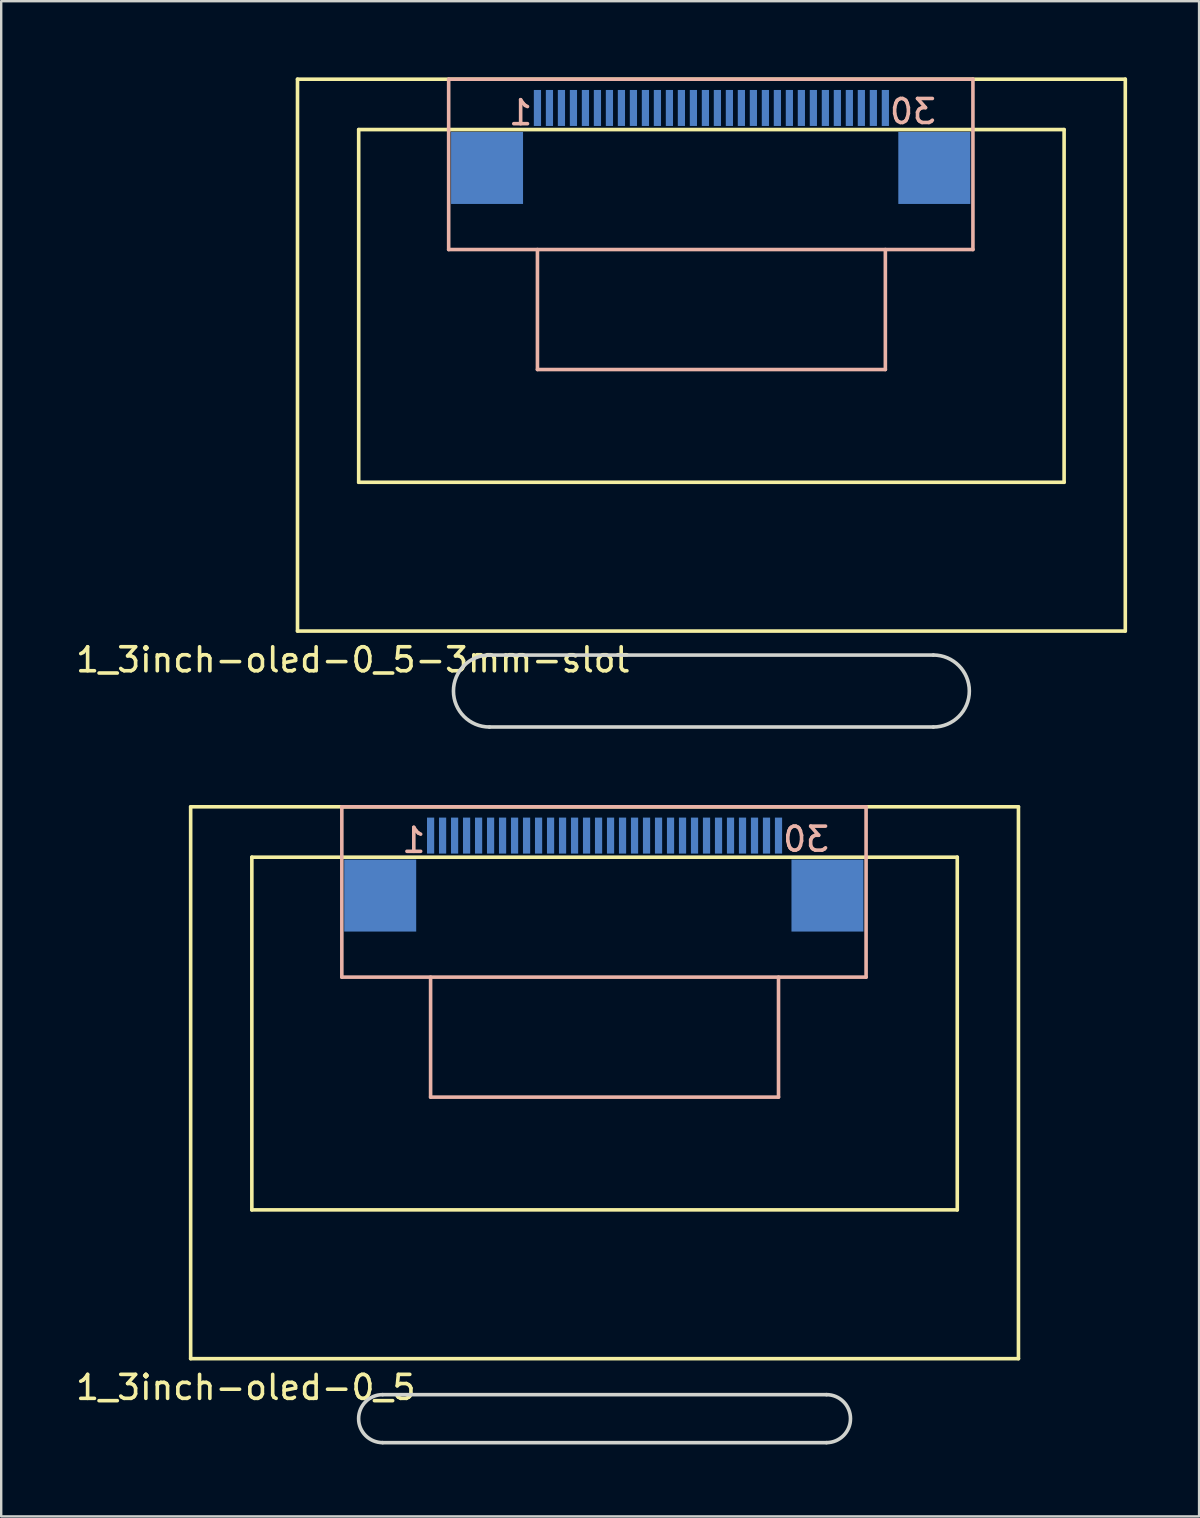
<source format=kicad_pcb>
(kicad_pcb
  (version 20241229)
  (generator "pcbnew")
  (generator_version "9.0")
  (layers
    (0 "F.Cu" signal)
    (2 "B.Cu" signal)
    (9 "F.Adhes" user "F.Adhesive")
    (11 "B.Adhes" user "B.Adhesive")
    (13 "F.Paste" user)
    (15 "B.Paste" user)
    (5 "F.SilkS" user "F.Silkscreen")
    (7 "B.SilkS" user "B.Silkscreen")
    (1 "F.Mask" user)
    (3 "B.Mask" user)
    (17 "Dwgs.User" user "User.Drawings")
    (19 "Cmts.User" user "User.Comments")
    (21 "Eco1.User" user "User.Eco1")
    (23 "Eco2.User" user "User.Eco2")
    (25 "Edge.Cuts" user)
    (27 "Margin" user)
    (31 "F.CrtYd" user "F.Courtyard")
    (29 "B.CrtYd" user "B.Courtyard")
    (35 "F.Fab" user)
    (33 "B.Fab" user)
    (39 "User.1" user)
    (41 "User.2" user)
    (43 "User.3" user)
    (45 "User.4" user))
  (footprint "1_3inch-oled-0_5-3mm-slot"
    (layer "F.Cu")
    (at 9.349 0.25)
    (property "Reference" "1_3inch-oled-0_5-3mm-slot" (at 2.3 24.2 0) (layer "F.SilkS") (effects (font (size 1 1) (thickness 0.15))))
    (attr through_hole)
    (fp_line (start 0 0) (end 34.5 0) (stroke (width 0.15) (type solid)) (layer "F.SilkS"))
    (fp_line (start 0 23) (end 0 0) (stroke (width 0.15) (type solid)) (layer "F.SilkS"))
    (fp_line (start 2.55 2.1) (end 31.95 2.1) (stroke (width 0.15) (type solid)) (layer "F.SilkS"))
    (fp_line (start 2.55 16.8) (end 2.55 2.1) (stroke (width 0.15) (type solid)) (layer "F.SilkS"))
    (fp_line (start 2.55 16.8) (end 31.95 16.8) (stroke (width 0.15) (type solid)) (layer "F.SilkS"))
    (fp_line (start 31.95 2.1) (end 31.95 16.8) (stroke (width 0.15) (type solid)) (layer "F.SilkS"))
    (fp_line (start 34.5 0) (end 34.5 23) (stroke (width 0.15) (type solid)) (layer "F.SilkS"))
    (fp_line (start 34.5 23) (end 0 23) (stroke (width 0.15) (type solid)) (layer "F.SilkS"))
    (fp_line (start 6.3 0) (end 6.3 7.1) (stroke (width 0.15) (type solid)) (layer "B.SilkS"))
    (fp_line (start 10 7.1) (end 10 12.1) (stroke (width 0.15) (type solid)) (layer "B.SilkS"))
    (fp_line (start 24.5 7.1) (end 24.5 12.1) (stroke (width 0.15) (type solid)) (layer "B.SilkS"))
    (fp_line (start 24.5 12.1) (end 10 12.1) (stroke (width 0.15) (type solid)) (layer "B.SilkS"))
    (fp_line (start 28.15 0) (end 6.3 0) (stroke (width 0.15) (type solid)) (layer "B.SilkS"))
    (fp_line (start 28.15 0) (end 28.15 7.1) (stroke (width 0.15) (type solid)) (layer "B.SilkS"))
    (fp_line (start 28.15 7.1) (end 6.3 7.1) (stroke (width 0.15) (type solid)) (layer "B.SilkS"))
    (fp_line (start 8 24) (end 26.5 24) (stroke (width 0.15) (type solid)) (layer "Edge.Cuts"))
    (fp_line (start 26.5 27) (end 8 27) (stroke (width 0.15) (type solid)) (layer "Edge.Cuts"))
    (fp_arc (start 8 27) (mid 6.5 25.5) (end 8 24) (stroke (width 0.15) (type solid)) (layer "Edge.Cuts"))
    (fp_arc (start 26.5 24) (mid 28 25.5) (end 26.5 27) (stroke (width 0.15) (type solid)) (layer "Edge.Cuts"))
    (fp_text user "1" (at 9.3 1.4 0) (layer "B.SilkS") (effects (font (size 1 1) (thickness 0.15)) (justify mirror)))
    (fp_text user "30" (at 25.65 1.35 0) (layer "B.SilkS") (effects (font (size 1 1) (thickness 0.15)) (justify mirror)))
    (pad "" smd rect (at 7.9 3.7) (size 3 3) (layers "B.Cu" "B.Mask" "B.Paste"))
    (pad "" smd rect (at 26.54 3.7) (size 3 3) (layers "B.Cu" "B.Mask" "B.Paste"))
    (pad "1" smd rect (at 10 1.2) (size 0.3 1.5) (layers "B.Cu" "B.Mask" "B.Paste"))
    (pad "2" smd rect (at 10.5 1.2) (size 0.3 1.5) (layers "B.Cu" "B.Mask" "B.Paste"))
    (pad "3" smd rect (at 11 1.2) (size 0.3 1.5) (layers "B.Cu" "B.Mask" "B.Paste"))
    (pad "4" smd rect (at 11.5 1.2) (size 0.3 1.5) (layers "B.Cu" "B.Mask" "B.Paste"))
    (pad "5" smd rect (at 12 1.2) (size 0.3 1.5) (layers "B.Cu" "B.Mask" "B.Paste"))
    (pad "6" smd rect (at 12.5 1.2) (size 0.3 1.5) (layers "B.Cu" "B.Mask" "B.Paste"))
    (pad "7" smd rect (at 13 1.2) (size 0.3 1.5) (layers "B.Cu" "B.Mask" "B.Paste"))
    (pad "8" smd rect (at 13.5 1.2) (size 0.3 1.5) (layers "B.Cu" "B.Mask" "B.Paste"))
    (pad "9" smd rect (at 14 1.2) (size 0.3 1.5) (layers "B.Cu" "B.Mask" "B.Paste"))
    (pad "10" smd rect (at 14.5 1.2) (size 0.3 1.5) (layers "B.Cu" "B.Mask" "B.Paste"))
    (pad "11" smd rect (at 15 1.2) (size 0.3 1.5) (layers "B.Cu" "B.Mask" "B.Paste"))
    (pad "12" smd rect (at 15.5 1.2) (size 0.3 1.5) (layers "B.Cu" "B.Mask" "B.Paste"))
    (pad "13" smd rect (at 16 1.2) (size 0.3 1.5) (layers "B.Cu" "B.Mask" "B.Paste"))
    (pad "14" smd rect (at 16.5 1.2) (size 0.3 1.5) (layers "B.Cu" "B.Mask" "B.Paste"))
    (pad "15" smd rect (at 17 1.2) (size 0.3 1.5) (layers "B.Cu" "B.Mask" "B.Paste"))
    (pad "16" smd rect (at 17.5 1.2) (size 0.3 1.5) (layers "B.Cu" "B.Mask" "B.Paste"))
    (pad "17" smd rect (at 18 1.2) (size 0.3 1.5) (layers "B.Cu" "B.Mask" "B.Paste"))
    (pad "18" smd rect (at 18.5 1.2) (size 0.3 1.5) (layers "B.Cu" "B.Mask" "B.Paste"))
    (pad "19" smd rect (at 19 1.2) (size 0.3 1.5) (layers "B.Cu" "B.Mask" "B.Paste"))
    (pad "20" smd rect (at 19.5 1.2) (size 0.3 1.5) (layers "B.Cu" "B.Mask" "B.Paste"))
    (pad "21" smd rect (at 20 1.2) (size 0.3 1.5) (layers "B.Cu" "B.Mask" "B.Paste"))
    (pad "22" smd rect (at 20.5 1.2) (size 0.3 1.5) (layers "B.Cu" "B.Mask" "B.Paste"))
    (pad "23" smd rect (at 21 1.2) (size 0.3 1.5) (layers "B.Cu" "B.Mask" "B.Paste"))
    (pad "24" smd rect (at 21.5 1.2) (size 0.3 1.5) (layers "B.Cu" "B.Mask" "B.Paste"))
    (pad "25" smd rect (at 22 1.2) (size 0.3 1.5) (layers "B.Cu" "B.Mask" "B.Paste"))
    (pad "26" smd rect (at 22.5 1.2) (size 0.3 1.5) (layers "B.Cu" "B.Mask" "B.Paste"))
    (pad "27" smd rect (at 23 1.2) (size 0.3 1.5) (layers "B.Cu" "B.Mask" "B.Paste"))
    (pad "28" smd rect (at 23.5 1.2) (size 0.3 1.5) (layers "B.Cu" "B.Mask" "B.Paste"))
    (pad "29" smd rect (at 24 1.2) (size 0.3 1.5) (layers "B.Cu" "B.Mask" "B.Paste"))
    (pad "30" smd rect (at 24.5 1.2) (size 0.3 1.5) (layers "B.Cu" "B.Mask" "B.Paste")))
  (footprint "1_3inch-oled-0_5"
    (layer "F.Cu")
    (at 4.896 30.575)
    (property "Reference" "1_3inch-oled-0_5" (at 2.3 24.2 0) (layer "F.SilkS") (effects (font (size 1 1) (thickness 0.15))))
    (attr through_hole)
    (fp_line (start 0 0) (end 34.5 0) (stroke (width 0.15) (type solid)) (layer "F.SilkS"))
    (fp_line (start 0 23) (end 0 0) (stroke (width 0.15) (type solid)) (layer "F.SilkS"))
    (fp_line (start 2.55 2.1) (end 31.95 2.1) (stroke (width 0.15) (type solid)) (layer "F.SilkS"))
    (fp_line (start 2.55 16.8) (end 2.55 2.1) (stroke (width 0.15) (type solid)) (layer "F.SilkS"))
    (fp_line (start 2.55 16.8) (end 31.95 16.8) (stroke (width 0.15) (type solid)) (layer "F.SilkS"))
    (fp_line (start 31.95 2.1) (end 31.95 16.8) (stroke (width 0.15) (type solid)) (layer "F.SilkS"))
    (fp_line (start 34.5 0) (end 34.5 23) (stroke (width 0.15) (type solid)) (layer "F.SilkS"))
    (fp_line (start 34.5 23) (end 0 23) (stroke (width 0.15) (type solid)) (layer "F.SilkS"))
    (fp_line (start 6.3 0) (end 6.3 7.1) (stroke (width 0.15) (type solid)) (layer "B.SilkS"))
    (fp_line (start 10 7.1) (end 10 12.1) (stroke (width 0.15) (type solid)) (layer "B.SilkS"))
    (fp_line (start 24.5 7.1) (end 24.5 12.1) (stroke (width 0.15) (type solid)) (layer "B.SilkS"))
    (fp_line (start 24.5 12.1) (end 10 12.1) (stroke (width 0.15) (type solid)) (layer "B.SilkS"))
    (fp_line (start 28.15 0) (end 6.3 0) (stroke (width 0.15) (type solid)) (layer "B.SilkS"))
    (fp_line (start 28.15 0) (end 28.15 7.1) (stroke (width 0.15) (type solid)) (layer "B.SilkS"))
    (fp_line (start 28.15 7.1) (end 6.3 7.1) (stroke (width 0.15) (type solid)) (layer "B.SilkS"))
    (fp_line (start 8 24.5) (end 26.5 24.5) (stroke (width 0.15) (type solid)) (layer "Edge.Cuts"))
    (fp_line (start 26.5 26.5) (end 8 26.5) (stroke (width 0.15) (type solid)) (layer "Edge.Cuts"))
    (fp_arc (start 8 26.5) (mid 7 25.5) (end 8 24.5) (stroke (width 0.15) (type solid)) (layer "Edge.Cuts"))
    (fp_arc (start 26.5 24.5) (mid 27.5 25.5) (end 26.5 26.5) (stroke (width 0.15) (type solid)) (layer "Edge.Cuts"))
    (fp_text user "30" (at 25.65 1.35 0) (layer "B.SilkS") (effects (font (size 1 1) (thickness 0.15)) (justify mirror)))
    (fp_text user "1" (at 9.3 1.4 0) (layer "B.SilkS") (effects (font (size 1 1) (thickness 0.15)) (justify mirror)))
    (pad "" smd rect (at 7.9 3.7) (size 3 3) (layers "B.Cu" "B.Mask" "B.Paste"))
    (pad "" smd rect (at 26.54 3.7) (size 3 3) (layers "B.Cu" "B.Mask" "B.Paste"))
    (pad "1" smd rect (at 10 1.2) (size 0.3 1.5) (layers "B.Cu" "B.Mask" "B.Paste"))
    (pad "2" smd rect (at 10.5 1.2) (size 0.3 1.5) (layers "B.Cu" "B.Mask" "B.Paste"))
    (pad "3" smd rect (at 11 1.2) (size 0.3 1.5) (layers "B.Cu" "B.Mask" "B.Paste"))
    (pad "4" smd rect (at 11.5 1.2) (size 0.3 1.5) (layers "B.Cu" "B.Mask" "B.Paste"))
    (pad "5" smd rect (at 12 1.2) (size 0.3 1.5) (layers "B.Cu" "B.Mask" "B.Paste"))
    (pad "6" smd rect (at 12.5 1.2) (size 0.3 1.5) (layers "B.Cu" "B.Mask" "B.Paste"))
    (pad "7" smd rect (at 13 1.2) (size 0.3 1.5) (layers "B.Cu" "B.Mask" "B.Paste"))
    (pad "8" smd rect (at 13.5 1.2) (size 0.3 1.5) (layers "B.Cu" "B.Mask" "B.Paste"))
    (pad "9" smd rect (at 14 1.2) (size 0.3 1.5) (layers "B.Cu" "B.Mask" "B.Paste"))
    (pad "10" smd rect (at 14.5 1.2) (size 0.3 1.5) (layers "B.Cu" "B.Mask" "B.Paste"))
    (pad "11" smd rect (at 15 1.2) (size 0.3 1.5) (layers "B.Cu" "B.Mask" "B.Paste"))
    (pad "12" smd rect (at 15.5 1.2) (size 0.3 1.5) (layers "B.Cu" "B.Mask" "B.Paste"))
    (pad "13" smd rect (at 16 1.2) (size 0.3 1.5) (layers "B.Cu" "B.Mask" "B.Paste"))
    (pad "14" smd rect (at 16.5 1.2) (size 0.3 1.5) (layers "B.Cu" "B.Mask" "B.Paste"))
    (pad "15" smd rect (at 17 1.2) (size 0.3 1.5) (layers "B.Cu" "B.Mask" "B.Paste"))
    (pad "16" smd rect (at 17.5 1.2) (size 0.3 1.5) (layers "B.Cu" "B.Mask" "B.Paste"))
    (pad "17" smd rect (at 18 1.2) (size 0.3 1.5) (layers "B.Cu" "B.Mask" "B.Paste"))
    (pad "18" smd rect (at 18.5 1.2) (size 0.3 1.5) (layers "B.Cu" "B.Mask" "B.Paste"))
    (pad "19" smd rect (at 19 1.2) (size 0.3 1.5) (layers "B.Cu" "B.Mask" "B.Paste"))
    (pad "20" smd rect (at 19.5 1.2) (size 0.3 1.5) (layers "B.Cu" "B.Mask" "B.Paste"))
    (pad "21" smd rect (at 20 1.2) (size 0.3 1.5) (layers "B.Cu" "B.Mask" "B.Paste"))
    (pad "22" smd rect (at 20.5 1.2) (size 0.3 1.5) (layers "B.Cu" "B.Mask" "B.Paste"))
    (pad "23" smd rect (at 21 1.2) (size 0.3 1.5) (layers "B.Cu" "B.Mask" "B.Paste"))
    (pad "24" smd rect (at 21.5 1.2) (size 0.3 1.5) (layers "B.Cu" "B.Mask" "B.Paste"))
    (pad "25" smd rect (at 22 1.2) (size 0.3 1.5) (layers "B.Cu" "B.Mask" "B.Paste"))
    (pad "26" smd rect (at 22.5 1.2) (size 0.3 1.5) (layers "B.Cu" "B.Mask" "B.Paste"))
    (pad "27" smd rect (at 23 1.2) (size 0.3 1.5) (layers "B.Cu" "B.Mask" "B.Paste"))
    (pad "28" smd rect (at 23.5 1.2) (size 0.3 1.5) (layers "B.Cu" "B.Mask" "B.Paste"))
    (pad "29" smd rect (at 24 1.2) (size 0.3 1.5) (layers "B.Cu" "B.Mask" "B.Paste"))
    (pad "30" smd rect (at 24.5 1.2) (size 0.3 1.5) (layers "B.Cu" "B.Mask" "B.Paste")))
  (gr_rect
    (start -3 -3)
    (end 46.924 60.15)
    (stroke (width 0.1) (type default))
    (fill no)
    (layer "Edge.Cuts")))
</source>
